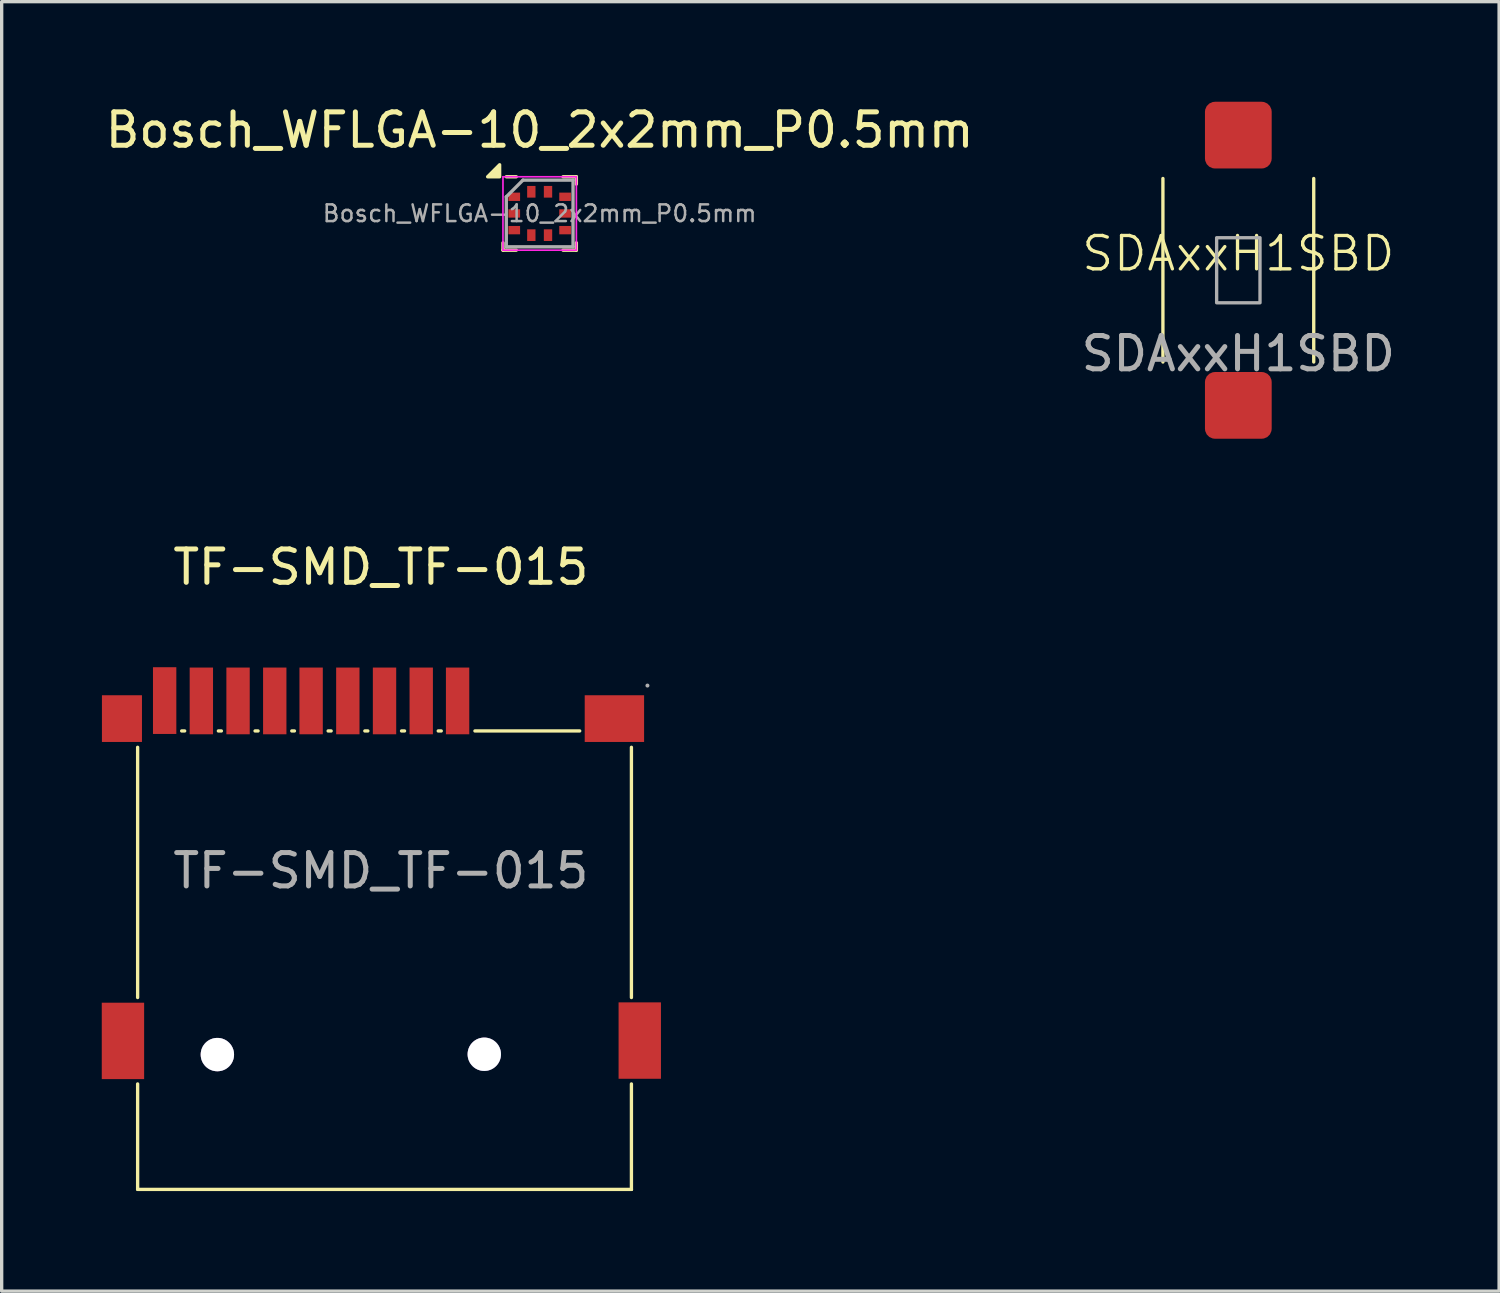
<source format=kicad_pcb>
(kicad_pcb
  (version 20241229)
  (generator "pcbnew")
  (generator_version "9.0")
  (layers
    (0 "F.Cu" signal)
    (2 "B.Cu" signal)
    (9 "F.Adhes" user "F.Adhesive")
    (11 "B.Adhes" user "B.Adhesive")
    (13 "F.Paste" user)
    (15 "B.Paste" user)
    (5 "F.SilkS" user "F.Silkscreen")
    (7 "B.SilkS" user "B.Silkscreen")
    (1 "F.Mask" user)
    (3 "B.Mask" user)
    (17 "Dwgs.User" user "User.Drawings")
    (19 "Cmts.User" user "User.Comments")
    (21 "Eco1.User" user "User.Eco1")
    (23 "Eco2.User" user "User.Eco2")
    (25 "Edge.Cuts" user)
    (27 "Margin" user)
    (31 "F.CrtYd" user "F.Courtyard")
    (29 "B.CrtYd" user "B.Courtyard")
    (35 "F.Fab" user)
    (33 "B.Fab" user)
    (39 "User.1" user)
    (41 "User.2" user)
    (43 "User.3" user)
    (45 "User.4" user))
  (footprint "Bosch_WFLGA-10_2x2mm_P0.5mm"
    (layer "F.Cu")
    (at 13.125 3.348)
    (property "Reference" "Bosch_WFLGA-10_2x2mm_P0.5mm" (at 0 -2.5 0) (layer "F.SilkS") (effects (font (size 1 1) (thickness 0.15))))
    (attr smd)
    (fp_line (start -1.1 1.1) (end -1.1 0.88) (stroke (width 0.1) (type solid)) (layer "F.SilkS"))
    (fp_line (start -1.1 1.1) (end -0.7 1.1) (stroke (width 0.1) (type solid)) (layer "F.SilkS"))
    (fp_line (start -1 -1.1) (end -0.7 -1.1) (stroke (width 0.1) (type solid)) (layer "F.SilkS"))
    (fp_line (start 0.7 -1.1) (end 1.1 -1.1) (stroke (width 0.1) (type solid)) (layer "F.SilkS"))
    (fp_line (start 1.1 -1.1) (end 1.1 -0.88) (stroke (width 0.1) (type solid)) (layer "F.SilkS"))
    (fp_line (start 1.1 0.88) (end 1.1 1.1) (stroke (width 0.1) (type solid)) (layer "F.SilkS"))
    (fp_line (start 1.1 1.1) (end 0.7 1.1) (stroke (width 0.1) (type solid)) (layer "F.SilkS"))
    (fp_poly (pts (xy -1.2 -1.1) (xy -1.56 -1.1) (xy -1.2 -1.46) (xy -1.2 -1.1)) (stroke (width 0.1) (type solid)) (fill yes) (layer "F.SilkS"))
    (fp_line (start -1.1 -1.1) (end 1.1 -1.1) (stroke (width 0.05) (type solid)) (layer "F.CrtYd"))
    (fp_line (start -1.1 1.1) (end -1.1 -1.1) (stroke (width 0.05) (type solid)) (layer "F.CrtYd"))
    (fp_line (start -1.1 1.1) (end 1.1 1.1) (stroke (width 0.05) (type solid)) (layer "F.CrtYd"))
    (fp_line (start 1.1 -1.1) (end 1.1 1.1) (stroke (width 0.05) (type solid)) (layer "F.CrtYd"))
    (fp_line (start -1 1) (end -1 -0.5) (stroke (width 0.1) (type solid)) (layer "F.Fab"))
    (fp_line (start -0.5 -1) (end -1 -0.5) (stroke (width 0.1) (type solid)) (layer "F.Fab"))
    (fp_line (start -0.5 -1) (end 1 -1) (stroke (width 0.1) (type solid)) (layer "F.Fab"))
    (fp_line (start 1 -1) (end 1 1) (stroke (width 0.1) (type solid)) (layer "F.Fab"))
    (fp_line (start 1 1) (end -1 1) (stroke (width 0.1) (type solid)) (layer "F.Fab"))
    (fp_text user "${REFERENCE}" (at 0 0 0) (layer "F.Fab") (effects (font (size 0.5 0.5) (thickness 0.075))))
    (pad "1" smd rect (at 0.25 -0.65) (size 0.25 0.35) (layers "F.Cu" "F.Mask" "F.Paste"))
    (pad "2" smd rect (at -0.25 -0.65) (size 0.25 0.35) (layers "F.Cu" "F.Mask" "F.Paste"))
    (pad "3" smd rect (at -0.762 -0.5) (size 0.35 0.25) (layers "F.Cu" "F.Mask" "F.Paste"))
    (pad "4" smd rect (at -0.762 0) (size 0.35 0.25) (layers "F.Cu" "F.Mask" "F.Paste"))
    (pad "5" smd rect (at -0.762 0.5) (size 0.35 0.25) (layers "F.Cu" "F.Mask" "F.Paste"))
    (pad "6" smd rect (at -0.25 0.65) (size 0.25 0.35) (layers "F.Cu" "F.Mask" "F.Paste"))
    (pad "7" smd rect (at 0.25 0.65) (size 0.25 0.35) (layers "F.Cu" "F.Mask" "F.Paste"))
    (pad "8" smd rect (at 0.762 0.5) (size 0.35 0.25) (layers "F.Cu" "F.Mask" "F.Paste"))
    (pad "9" smd rect (at 0.762 0) (size 0.35 0.25) (layers "F.Cu" "F.Mask" "F.Paste"))
    (pad "10" smd rect (at 0.762 -0.5) (size 0.35 0.25) (layers "F.Cu" "F.Mask" "F.Paste")))
  (footprint "SDAxxH1SBD"
    (layer "F.Cu")
    (at 34.065 5.05)
    (property "Reference" "SDAxxH1SBD" (at 0 -0.5 0) (unlocked yes) (layer "F.SilkS") (effects (font (size 1 1) (thickness 0.1))))
    (attr smd)
    (fp_line (start -2.26 -2.75) (end -2.26 2.75) (stroke (width 0.1) (type solid)) (layer "F.SilkS"))
    (fp_line (start 2.26 -2.75) (end 2.26 2.75) (stroke (width 0.1) (type solid)) (layer "F.SilkS"))
    (fp_rect (start -0.65 -0.975) (end 0.65 0.975) (stroke (width 0.1) (type solid)) (fill no) (layer "F.Fab"))
    (fp_text user "${REFERENCE}" (at 0 2.5 0) (unlocked yes) (layer "F.Fab") (effects (font (size 1 1) (thickness 0.15))))
    (pad "1" smd roundrect (at 0 4.05) (size 2 2) (layers "F.Cu" "F.Mask" "F.Paste") (roundrect_rratio 0.15))
    (pad "2" smd roundrect (at 0 -4.05) (size 2 2) (layers "F.Cu" "F.Mask" "F.Paste") (roundrect_rratio 0.15)))
  (footprint "TF-SMD_TF-015"
    (layer "F.Cu")
    (at 8.365 23.048)
    (property "Reference" "TF-SMD_TF-015" (at 0 -9.1 0) (layer "F.SilkS") (effects (font (size 1 1) (thickness 0.15))))
    (attr smd)
    (fp_line (start -7.29 3.8) (end -7.29 -3.7) (stroke (width 0.1) (type solid)) (layer "F.SilkS"))
    (fp_line (start -7.29 6.39) (end -7.29 9.55) (stroke (width 0.1) (type solid)) (layer "F.SilkS"))
    (fp_line (start -7.29 9.55) (end 7.51 9.55) (stroke (width 0.1) (type solid)) (layer "F.SilkS"))
    (fp_line (start -5.97 -4.19) (end -5.88 -4.19) (stroke (width 0.1) (type solid)) (layer "F.SilkS"))
    (fp_line (start -4.87 -4.19) (end -4.78 -4.19) (stroke (width 0.1) (type solid)) (layer "F.SilkS"))
    (fp_line (start -3.77 -4.19) (end -3.68 -4.19) (stroke (width 0.1) (type solid)) (layer "F.SilkS"))
    (fp_line (start -2.67 -4.19) (end -2.59 -4.19) (stroke (width 0.1) (type solid)) (layer "F.SilkS"))
    (fp_line (start -1.58 -4.19) (end -1.49 -4.19) (stroke (width 0.1) (type solid)) (layer "F.SilkS"))
    (fp_line (start -0.48 -4.19) (end -0.39 -4.19) (stroke (width 0.1) (type solid)) (layer "F.SilkS"))
    (fp_line (start 0.62 -4.19) (end 0.71 -4.19) (stroke (width 0.1) (type solid)) (layer "F.SilkS"))
    (fp_line (start 1.72 -4.19) (end 1.81 -4.19) (stroke (width 0.1) (type solid)) (layer "F.SilkS"))
    (fp_line (start 2.82 -4.19) (end 5.96 -4.19) (stroke (width 0.1) (type solid)) (layer "F.SilkS"))
    (fp_line (start 7.51 -3.7) (end 7.51 3.8) (stroke (width 0.1) (type solid)) (layer "F.SilkS"))
    (fp_line (start 7.51 9.55) (end 7.51 6.39) (stroke (width 0.1) (type solid)) (layer "F.SilkS"))
    (fp_line (start 7.51 9.55) (end 7.51 9.55) (stroke (width 0.1) (type solid)) (layer "F.SilkS"))
    (fp_circle (center -4.9 5.51) (end -4.7 5.51) (stroke (width 0.4) (type solid)) (fill no) (layer "Cmts.User"))
    (fp_circle (center 3.1 5.5) (end 3.3 5.5) (stroke (width 0.4) (type solid)) (fill no) (layer "Cmts.User"))
    (fp_circle (center 7.99 -5.55) (end 8.02 -5.55) (stroke (width 0.06) (type solid)) (fill no) (layer "F.Fab"))
    (fp_text user "${REFERENCE}" (at 0 0 0) (layer "F.Fab") (effects (font (size 1 1) (thickness 0.15))))
    (pad "" thru_hole circle (at -4.9 5.51) (size 1 1) (drill 1) (layers "*.Cu" "*.Mask"))
    (pad "" thru_hole circle (at 3.1 5.5) (size 1 1) (drill 1) (layers "*.Cu" "*.Mask"))
    (pad "1" smd rect (at 2.3 -5.09) (size 0.7 2) (layers "F.Cu" "F.Mask" "F.Paste"))
    (pad "2" smd rect (at 1.21 -5.09) (size 0.7 2) (layers "F.Cu" "F.Mask" "F.Paste"))
    (pad "3" smd rect (at 0.11 -5.09) (size 0.7 2) (layers "F.Cu" "F.Mask" "F.Paste"))
    (pad "4" smd rect (at -0.99 -5.09) (size 0.7 2) (layers "F.Cu" "F.Mask" "F.Paste"))
    (pad "5" smd rect (at -2.09 -5.09) (size 0.7 2) (layers "F.Cu" "F.Mask" "F.Paste"))
    (pad "6" smd rect (at -3.18 -5.09) (size 0.7 2) (layers "F.Cu" "F.Mask" "F.Paste"))
    (pad "7" smd rect (at -4.28 -5.09) (size 0.7 2) (layers "F.Cu" "F.Mask" "F.Paste"))
    (pad "8" smd rect (at -5.38 -5.09) (size 0.7 2) (layers "F.Cu" "F.Mask" "F.Paste"))
    (pad "9" smd rect (at -6.48 -5.1) (size 0.7 2) (layers "F.Cu" "F.Mask" "F.Paste"))
    (pad "10" smd rect (at -7.76 -4.56) (size 1.2 1.4) (layers "F.Cu" "F.Mask" "F.Paste"))
    (pad "11" smd rect (at -7.73 5.1) (size 1.27 2.29) (layers "F.Cu" "F.Mask" "F.Paste"))
    (pad "12" smd rect (at 7.76 5.09) (size 1.27 2.29) (layers "F.Cu" "F.Mask" "F.Paste"))
    (pad "13" smd rect (at 7 -4.56) (size 1.78 1.4) (layers "F.Cu" "F.Mask" "F.Paste")))
  (gr_rect
    (start -3 -3)
    (end 41.881 35.648)
    (stroke (width 0.1) (type default))
    (fill no)
    (layer "Edge.Cuts")))
</source>
